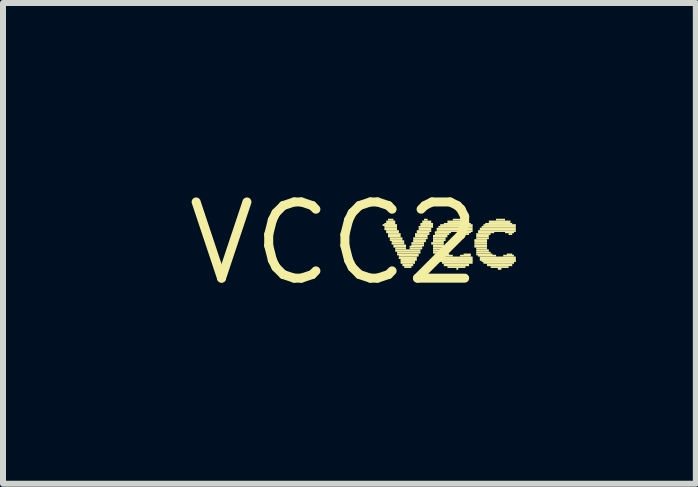
<source format=kicad_pcb>
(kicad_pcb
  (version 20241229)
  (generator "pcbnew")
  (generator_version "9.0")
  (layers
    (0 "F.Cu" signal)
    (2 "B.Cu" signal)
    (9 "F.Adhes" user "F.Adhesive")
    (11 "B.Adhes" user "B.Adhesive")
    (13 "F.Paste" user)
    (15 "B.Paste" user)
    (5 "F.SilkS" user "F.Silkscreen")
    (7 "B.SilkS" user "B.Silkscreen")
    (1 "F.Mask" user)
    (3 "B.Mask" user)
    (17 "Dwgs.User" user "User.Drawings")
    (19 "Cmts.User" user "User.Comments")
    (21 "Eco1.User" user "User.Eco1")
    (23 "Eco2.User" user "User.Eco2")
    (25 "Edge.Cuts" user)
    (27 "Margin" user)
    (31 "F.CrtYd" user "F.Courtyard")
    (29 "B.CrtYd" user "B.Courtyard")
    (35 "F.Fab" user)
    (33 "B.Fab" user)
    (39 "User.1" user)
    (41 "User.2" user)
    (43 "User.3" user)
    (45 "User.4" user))
  (footprint "VCC2"
    (layer "F.Cu")
    (at 2.517 1.006)
    (property "Reference" "VCC2" (at 0 0 0) (layer "F.SilkS") (effects (font (size 1.27 1.27) (thickness 0.15))))
    (fp_poly (pts (xy 0.81 -0.29) (xy 1.05 -0.29) (xy 1.05 -0.32) (xy 0.81 -0.32)) (stroke (width 0) (type default)) (fill yes) (layer "F.SilkS"))
    (fp_poly (pts (xy 0.84 -0.31) (xy 1.02 -0.31) (xy 1.02 -0.34) (xy 0.84 -0.34)) (stroke (width 0) (type default)) (fill yes) (layer "F.SilkS"))
    (fp_poly (pts (xy 0.84 -0.26) (xy 1.05 -0.26) (xy 1.05 -0.29) (xy 0.84 -0.29)) (stroke (width 0) (type default)) (fill yes) (layer "F.SilkS"))
    (fp_poly (pts (xy 0.84 -0.22) (xy 1.05 -0.22) (xy 1.05 -0.26) (xy 0.84 -0.26)) (stroke (width 0) (type default)) (fill yes) (layer "F.SilkS"))
    (fp_poly (pts (xy 0.87 -0.34) (xy 1.02 -0.34) (xy 1.02 -0.38) (xy 0.87 -0.38)) (stroke (width 0) (type default)) (fill yes) (layer "F.SilkS"))
    (fp_poly (pts (xy 0.87 -0.19) (xy 1.08 -0.19) (xy 1.08 -0.22) (xy 0.87 -0.22)) (stroke (width 0) (type default)) (fill yes) (layer "F.SilkS"))
    (fp_poly (pts (xy 0.87 -0.17) (xy 1.08 -0.17) (xy 1.08 -0.2) (xy 0.87 -0.2)) (stroke (width 0) (type default)) (fill yes) (layer "F.SilkS"))
    (fp_poly (pts (xy 0.9 -0.38) (xy 0.99 -0.38) (xy 0.99 -0.41) (xy 0.9 -0.41)) (stroke (width 0) (type default)) (fill yes) (layer "F.SilkS"))
    (fp_poly (pts (xy 0.9 -0.14) (xy 1.11 -0.14) (xy 1.11 -0.17) (xy 0.9 -0.17)) (stroke (width 0) (type default)) (fill yes) (layer "F.SilkS"))
    (fp_poly (pts (xy 0.9 -0.1) (xy 1.11 -0.1) (xy 1.11 -0.14) (xy 0.9 -0.14)) (stroke (width 0) (type default)) (fill yes) (layer "F.SilkS"))
    (fp_poly (pts (xy 0.93 -0.07) (xy 1.14 -0.07) (xy 1.14 -0.1) (xy 0.93 -0.1)) (stroke (width 0) (type default)) (fill yes) (layer "F.SilkS"))
    (fp_poly (pts (xy 0.93 -0.04) (xy 1.14 -0.04) (xy 1.14 -0.07) (xy 0.93 -0.07)) (stroke (width 0) (type default)) (fill yes) (layer "F.SilkS"))
    (fp_poly (pts (xy 0.96 -0.02) (xy 1.17 -0.02) (xy 1.17 -0.05) (xy 0.96 -0.05)) (stroke (width 0) (type default)) (fill yes) (layer "F.SilkS"))
    (fp_poly (pts (xy 0.96 0.02) (xy 1.17 0.02) (xy 1.17 -0.02) (xy 0.96 -0.02)) (stroke (width 0) (type default)) (fill yes) (layer "F.SilkS"))
    (fp_poly (pts (xy 0.99 0.05) (xy 1.2 0.05) (xy 1.2 0.02) (xy 0.99 0.02)) (stroke (width 0) (type default)) (fill yes) (layer "F.SilkS"))
    (fp_poly (pts (xy 0.99 0.07) (xy 1.2 0.07) (xy 1.2 0.04) (xy 0.99 0.04)) (stroke (width 0) (type default)) (fill yes) (layer "F.SilkS"))
    (fp_poly (pts (xy 1.02 0.1) (xy 1.2 0.1) (xy 1.2 0.07) (xy 1.02 0.07)) (stroke (width 0) (type default)) (fill yes) (layer "F.SilkS"))
    (fp_poly (pts (xy 1.02 0.14) (xy 1.44 0.14) (xy 1.44 0.1) (xy 1.02 0.1)) (stroke (width 0) (type default)) (fill yes) (layer "F.SilkS"))
    (fp_poly (pts (xy 1.05 0.17) (xy 1.44 0.17) (xy 1.44 0.14) (xy 1.05 0.14)) (stroke (width 0) (type default)) (fill yes) (layer "F.SilkS"))
    (fp_poly (pts (xy 1.05 0.2) (xy 1.41 0.2) (xy 1.41 0.17) (xy 1.05 0.17)) (stroke (width 0) (type default)) (fill yes) (layer "F.SilkS"))
    (fp_poly (pts (xy 1.08 0.22) (xy 1.41 0.22) (xy 1.41 0.19) (xy 1.08 0.19)) (stroke (width 0) (type default)) (fill yes) (layer "F.SilkS"))
    (fp_poly (pts (xy 1.08 0.26) (xy 1.38 0.26) (xy 1.38 0.22) (xy 1.08 0.22)) (stroke (width 0) (type default)) (fill yes) (layer "F.SilkS"))
    (fp_poly (pts (xy 1.11 0.29) (xy 1.38 0.29) (xy 1.38 0.26) (xy 1.11 0.26)) (stroke (width 0) (type default)) (fill yes) (layer "F.SilkS"))
    (fp_poly (pts (xy 1.11 0.31) (xy 1.35 0.31) (xy 1.35 0.28) (xy 1.11 0.28)) (stroke (width 0) (type default)) (fill yes) (layer "F.SilkS"))
    (fp_poly (pts (xy 1.11 0.34) (xy 1.35 0.34) (xy 1.35 0.31) (xy 1.11 0.31)) (stroke (width 0) (type default)) (fill yes) (layer "F.SilkS"))
    (fp_poly (pts (xy 1.14 0.38) (xy 1.32 0.38) (xy 1.32 0.34) (xy 1.14 0.34)) (stroke (width 0) (type default)) (fill yes) (layer "F.SilkS"))
    (fp_poly (pts (xy 1.17 0.41) (xy 1.29 0.41) (xy 1.29 0.38) (xy 1.17 0.38)) (stroke (width 0) (type default)) (fill yes) (layer "F.SilkS"))
    (fp_poly (pts (xy 1.26 0.07) (xy 1.47 0.07) (xy 1.47 0.04) (xy 1.26 0.04)) (stroke (width 0) (type default)) (fill yes) (layer "F.SilkS"))
    (fp_poly (pts (xy 1.26 0.1) (xy 1.47 0.1) (xy 1.47 0.07) (xy 1.26 0.07)) (stroke (width 0) (type default)) (fill yes) (layer "F.SilkS"))
    (fp_poly (pts (xy 1.29 0.02) (xy 1.5 0.02) (xy 1.5 -0.02) (xy 1.29 -0.02)) (stroke (width 0) (type default)) (fill yes) (layer "F.SilkS"))
    (fp_poly (pts (xy 1.29 0.05) (xy 1.5 0.05) (xy 1.5 0.02) (xy 1.29 0.02)) (stroke (width 0) (type default)) (fill yes) (layer "F.SilkS"))
    (fp_poly (pts (xy 1.32 -0.07) (xy 1.56 -0.07) (xy 1.56 -0.1) (xy 1.32 -0.1)) (stroke (width 0) (type default)) (fill yes) (layer "F.SilkS"))
    (fp_poly (pts (xy 1.32 -0.04) (xy 1.53 -0.04) (xy 1.53 -0.07) (xy 1.32 -0.07)) (stroke (width 0) (type default)) (fill yes) (layer "F.SilkS"))
    (fp_poly (pts (xy 1.32 -0.02) (xy 1.53 -0.02) (xy 1.53 -0.05) (xy 1.32 -0.05)) (stroke (width 0) (type default)) (fill yes) (layer "F.SilkS"))
    (fp_poly (pts (xy 1.35 -0.14) (xy 1.59 -0.14) (xy 1.59 -0.17) (xy 1.35 -0.17)) (stroke (width 0) (type default)) (fill yes) (layer "F.SilkS"))
    (fp_poly (pts (xy 1.35 -0.1) (xy 1.56 -0.1) (xy 1.56 -0.14) (xy 1.35 -0.14)) (stroke (width 0) (type default)) (fill yes) (layer "F.SilkS"))
    (fp_poly (pts (xy 1.38 -0.19) (xy 1.62 -0.19) (xy 1.62 -0.22) (xy 1.38 -0.22)) (stroke (width 0) (type default)) (fill yes) (layer "F.SilkS"))
    (fp_poly (pts (xy 1.38 -0.17) (xy 1.59 -0.17) (xy 1.59 -0.2) (xy 1.38 -0.2)) (stroke (width 0) (type default)) (fill yes) (layer "F.SilkS"))
    (fp_poly (pts (xy 1.41 -0.26) (xy 1.65 -0.26) (xy 1.65 -0.29) (xy 1.41 -0.29)) (stroke (width 0) (type default)) (fill yes) (layer "F.SilkS"))
    (fp_poly (pts (xy 1.41 -0.22) (xy 1.62 -0.22) (xy 1.62 -0.26) (xy 1.41 -0.26)) (stroke (width 0) (type default)) (fill yes) (layer "F.SilkS"))
    (fp_poly (pts (xy 1.44 -0.31) (xy 1.65 -0.31) (xy 1.65 -0.34) (xy 1.44 -0.34)) (stroke (width 0) (type default)) (fill yes) (layer "F.SilkS"))
    (fp_poly (pts (xy 1.44 -0.29) (xy 1.65 -0.29) (xy 1.65 -0.32) (xy 1.44 -0.32)) (stroke (width 0) (type default)) (fill yes) (layer "F.SilkS"))
    (fp_poly (pts (xy 1.47 -0.34) (xy 1.62 -0.34) (xy 1.62 -0.38) (xy 1.47 -0.38)) (stroke (width 0) (type default)) (fill yes) (layer "F.SilkS"))
    (fp_poly (pts (xy 1.5 -0.38) (xy 1.56 -0.38) (xy 1.56 -0.41) (xy 1.5 -0.41)) (stroke (width 0) (type default)) (fill yes) (layer "F.SilkS"))
    (fp_poly (pts (xy 1.62 0.02) (xy 1.83 0.02) (xy 1.83 -0.02) (xy 1.62 -0.02)) (stroke (width 0) (type default)) (fill yes) (layer "F.SilkS"))
    (fp_poly (pts (xy 1.65 -0.1) (xy 1.89 -0.1) (xy 1.89 -0.14) (xy 1.65 -0.14)) (stroke (width 0) (type default)) (fill yes) (layer "F.SilkS"))
    (fp_poly (pts (xy 1.65 -0.07) (xy 1.86 -0.07) (xy 1.86 -0.1) (xy 1.65 -0.1)) (stroke (width 0) (type default)) (fill yes) (layer "F.SilkS"))
    (fp_poly (pts (xy 1.65 -0.04) (xy 1.86 -0.04) (xy 1.86 -0.07) (xy 1.65 -0.07)) (stroke (width 0) (type default)) (fill yes) (layer "F.SilkS"))
    (fp_poly (pts (xy 1.65 -0.02) (xy 1.83 -0.02) (xy 1.83 -0.05) (xy 1.65 -0.05)) (stroke (width 0) (type default)) (fill yes) (layer "F.SilkS"))
    (fp_poly (pts (xy 1.65 0.05) (xy 1.83 0.05) (xy 1.83 0.02) (xy 1.65 0.02)) (stroke (width 0) (type default)) (fill yes) (layer "F.SilkS"))
    (fp_poly (pts (xy 1.65 0.07) (xy 1.83 0.07) (xy 1.83 0.04) (xy 1.65 0.04)) (stroke (width 0) (type default)) (fill yes) (layer "F.SilkS"))
    (fp_poly (pts (xy 1.65 0.1) (xy 1.86 0.1) (xy 1.86 0.07) (xy 1.65 0.07)) (stroke (width 0) (type default)) (fill yes) (layer "F.SilkS"))
    (fp_poly (pts (xy 1.65 0.14) (xy 1.86 0.14) (xy 1.86 0.1) (xy 1.65 0.1)) (stroke (width 0) (type default)) (fill yes) (layer "F.SilkS"))
    (fp_poly (pts (xy 1.65 0.17) (xy 1.89 0.17) (xy 1.89 0.14) (xy 1.65 0.14)) (stroke (width 0) (type default)) (fill yes) (layer "F.SilkS"))
    (fp_poly (pts (xy 1.68 -0.17) (xy 1.95 -0.17) (xy 1.95 -0.2) (xy 1.68 -0.2)) (stroke (width 0) (type default)) (fill yes) (layer "F.SilkS"))
    (fp_poly (pts (xy 1.68 -0.14) (xy 1.92 -0.14) (xy 1.92 -0.17) (xy 1.68 -0.17)) (stroke (width 0) (type default)) (fill yes) (layer "F.SilkS"))
    (fp_poly (pts (xy 1.68 0.2) (xy 1.92 0.2) (xy 1.92 0.17) (xy 1.68 0.17)) (stroke (width 0) (type default)) (fill yes) (layer "F.SilkS"))
    (fp_poly (pts (xy 1.68 0.22) (xy 1.98 0.22) (xy 1.98 0.19) (xy 1.68 0.19)) (stroke (width 0) (type default)) (fill yes) (layer "F.SilkS"))
    (fp_poly (pts (xy 1.71 -0.22) (xy 2.31 -0.22) (xy 2.31 -0.26) (xy 1.71 -0.26)) (stroke (width 0) (type default)) (fill yes) (layer "F.SilkS"))
    (fp_poly (pts (xy 1.71 -0.19) (xy 2.31 -0.19) (xy 2.31 -0.22) (xy 1.71 -0.22)) (stroke (width 0) (type default)) (fill yes) (layer "F.SilkS"))
    (fp_poly (pts (xy 1.71 0.26) (xy 2.31 0.26) (xy 2.31 0.22) (xy 1.71 0.22)) (stroke (width 0) (type default)) (fill yes) (layer "F.SilkS"))
    (fp_poly (pts (xy 1.74 -0.26) (xy 2.31 -0.26) (xy 2.31 -0.29) (xy 1.74 -0.29)) (stroke (width 0) (type default)) (fill yes) (layer "F.SilkS"))
    (fp_poly (pts (xy 1.74 0.29) (xy 2.31 0.29) (xy 2.31 0.26) (xy 1.74 0.26)) (stroke (width 0) (type default)) (fill yes) (layer "F.SilkS"))
    (fp_poly (pts (xy 1.77 -0.29) (xy 2.31 -0.29) (xy 2.31 -0.32) (xy 1.77 -0.32)) (stroke (width 0) (type default)) (fill yes) (layer "F.SilkS"))
    (fp_poly (pts (xy 1.77 0.31) (xy 2.31 0.31) (xy 2.31 0.28) (xy 1.77 0.28)) (stroke (width 0) (type default)) (fill yes) (layer "F.SilkS"))
    (fp_poly (pts (xy 1.8 0.34) (xy 2.31 0.34) (xy 2.31 0.31) (xy 1.8 0.31)) (stroke (width 0) (type default)) (fill yes) (layer "F.SilkS"))
    (fp_poly (pts (xy 1.83 -0.31) (xy 2.28 -0.31) (xy 2.28 -0.34) (xy 1.83 -0.34)) (stroke (width 0) (type default)) (fill yes) (layer "F.SilkS"))
    (fp_poly (pts (xy 1.83 0.38) (xy 2.25 0.38) (xy 2.25 0.34) (xy 1.83 0.34)) (stroke (width 0) (type default)) (fill yes) (layer "F.SilkS"))
    (fp_poly (pts (xy 1.89 -0.34) (xy 2.22 -0.34) (xy 2.22 -0.38) (xy 1.89 -0.38)) (stroke (width 0) (type default)) (fill yes) (layer "F.SilkS"))
    (fp_poly (pts (xy 1.89 0.41) (xy 2.19 0.41) (xy 2.19 0.38) (xy 1.89 0.38)) (stroke (width 0) (type default)) (fill yes) (layer "F.SilkS"))
    (fp_poly (pts (xy 1.98 -0.38) (xy 2.13 -0.38) (xy 2.13 -0.41) (xy 1.98 -0.41)) (stroke (width 0) (type default)) (fill yes) (layer "F.SilkS"))
    (fp_poly (pts (xy 2.04 0.44) (xy 2.07 0.44) (xy 2.07 0.41) (xy 2.04 0.41)) (stroke (width 0) (type default)) (fill yes) (layer "F.SilkS"))
    (fp_poly (pts (xy 2.1 0.22) (xy 2.28 0.22) (xy 2.28 0.19) (xy 2.1 0.19)) (stroke (width 0) (type default)) (fill yes) (layer "F.SilkS"))
    (fp_poly (pts (xy 2.13 -0.17) (xy 2.28 -0.17) (xy 2.28 -0.2) (xy 2.13 -0.2)) (stroke (width 0) (type default)) (fill yes) (layer "F.SilkS"))
    (fp_poly (pts (xy 2.16 0.2) (xy 2.28 0.2) (xy 2.28 0.17) (xy 2.16 0.17)) (stroke (width 0) (type default)) (fill yes) (layer "F.SilkS"))
    (fp_poly (pts (xy 2.19 -0.14) (xy 2.25 -0.14) (xy 2.25 -0.17) (xy 2.19 -0.17)) (stroke (width 0) (type default)) (fill yes) (layer "F.SilkS"))
    (fp_poly (pts (xy 2.34 -0.04) (xy 2.55 -0.04) (xy 2.55 -0.07) (xy 2.34 -0.07)) (stroke (width 0) (type default)) (fill yes) (layer "F.SilkS"))
    (fp_poly (pts (xy 2.34 -0.02) (xy 2.55 -0.02) (xy 2.55 -0.05) (xy 2.34 -0.05)) (stroke (width 0) (type default)) (fill yes) (layer "F.SilkS"))
    (fp_poly (pts (xy 2.34 0.02) (xy 2.55 0.02) (xy 2.55 -0.02) (xy 2.34 -0.02)) (stroke (width 0) (type default)) (fill yes) (layer "F.SilkS"))
    (fp_poly (pts (xy 2.34 0.05) (xy 2.55 0.05) (xy 2.55 0.02) (xy 2.34 0.02)) (stroke (width 0) (type default)) (fill yes) (layer "F.SilkS"))
    (fp_poly (pts (xy 2.34 0.07) (xy 2.55 0.07) (xy 2.55 0.04) (xy 2.34 0.04)) (stroke (width 0) (type default)) (fill yes) (layer "F.SilkS"))
    (fp_poly (pts (xy 2.37 -0.14) (xy 2.61 -0.14) (xy 2.61 -0.17) (xy 2.37 -0.17)) (stroke (width 0) (type default)) (fill yes) (layer "F.SilkS"))
    (fp_poly (pts (xy 2.37 -0.1) (xy 2.58 -0.1) (xy 2.58 -0.14) (xy 2.37 -0.14)) (stroke (width 0) (type default)) (fill yes) (layer "F.SilkS"))
    (fp_poly (pts (xy 2.37 -0.07) (xy 2.58 -0.07) (xy 2.58 -0.1) (xy 2.37 -0.1)) (stroke (width 0) (type default)) (fill yes) (layer "F.SilkS"))
    (fp_poly (pts (xy 2.37 0.1) (xy 2.55 0.1) (xy 2.55 0.07) (xy 2.37 0.07)) (stroke (width 0) (type default)) (fill yes) (layer "F.SilkS"))
    (fp_poly (pts (xy 2.37 0.14) (xy 2.58 0.14) (xy 2.58 0.1) (xy 2.37 0.1)) (stroke (width 0) (type default)) (fill yes) (layer "F.SilkS"))
    (fp_poly (pts (xy 2.37 0.17) (xy 2.61 0.17) (xy 2.61 0.14) (xy 2.37 0.14)) (stroke (width 0) (type default)) (fill yes) (layer "F.SilkS"))
    (fp_poly (pts (xy 2.37 0.2) (xy 2.64 0.2) (xy 2.64 0.17) (xy 2.37 0.17)) (stroke (width 0) (type default)) (fill yes) (layer "F.SilkS"))
    (fp_poly (pts (xy 2.4 -0.19) (xy 3.03 -0.19) (xy 3.03 -0.22) (xy 2.4 -0.22)) (stroke (width 0) (type default)) (fill yes) (layer "F.SilkS"))
    (fp_poly (pts (xy 2.4 -0.17) (xy 2.67 -0.17) (xy 2.67 -0.2) (xy 2.4 -0.2)) (stroke (width 0) (type default)) (fill yes) (layer "F.SilkS"))
    (fp_poly (pts (xy 2.4 0.22) (xy 2.7 0.22) (xy 2.7 0.19) (xy 2.4 0.19)) (stroke (width 0) (type default)) (fill yes) (layer "F.SilkS"))
    (fp_poly (pts (xy 2.43 -0.22) (xy 3.03 -0.22) (xy 3.03 -0.26) (xy 2.43 -0.26)) (stroke (width 0) (type default)) (fill yes) (layer "F.SilkS"))
    (fp_poly (pts (xy 2.43 0.26) (xy 3.03 0.26) (xy 3.03 0.22) (xy 2.43 0.22)) (stroke (width 0) (type default)) (fill yes) (layer "F.SilkS"))
    (fp_poly (pts (xy 2.43 0.29) (xy 3.03 0.29) (xy 3.03 0.26) (xy 2.43 0.26)) (stroke (width 0) (type default)) (fill yes) (layer "F.SilkS"))
    (fp_poly (pts (xy 2.46 -0.26) (xy 3.03 -0.26) (xy 3.03 -0.29) (xy 2.46 -0.29)) (stroke (width 0) (type default)) (fill yes) (layer "F.SilkS"))
    (fp_poly (pts (xy 2.46 0.31) (xy 3.03 0.31) (xy 3.03 0.28) (xy 2.46 0.28)) (stroke (width 0) (type default)) (fill yes) (layer "F.SilkS"))
    (fp_poly (pts (xy 2.49 -0.29) (xy 3.03 -0.29) (xy 3.03 -0.32) (xy 2.49 -0.32)) (stroke (width 0) (type default)) (fill yes) (layer "F.SilkS"))
    (fp_poly (pts (xy 2.49 0.34) (xy 3 0.34) (xy 3 0.31) (xy 2.49 0.31)) (stroke (width 0) (type default)) (fill yes) (layer "F.SilkS"))
    (fp_poly (pts (xy 2.52 -0.31) (xy 2.97 -0.31) (xy 2.97 -0.34) (xy 2.52 -0.34)) (stroke (width 0) (type default)) (fill yes) (layer "F.SilkS"))
    (fp_poly (pts (xy 2.55 0.38) (xy 2.97 0.38) (xy 2.97 0.34) (xy 2.55 0.34)) (stroke (width 0) (type default)) (fill yes) (layer "F.SilkS"))
    (fp_poly (pts (xy 2.58 -0.34) (xy 2.94 -0.34) (xy 2.94 -0.38) (xy 2.58 -0.38)) (stroke (width 0) (type default)) (fill yes) (layer "F.SilkS"))
    (fp_poly (pts (xy 2.61 0.41) (xy 2.91 0.41) (xy 2.91 0.38) (xy 2.61 0.38)) (stroke (width 0) (type default)) (fill yes) (layer "F.SilkS"))
    (fp_poly (pts (xy 2.7 -0.38) (xy 2.85 -0.38) (xy 2.85 -0.41) (xy 2.7 -0.41)) (stroke (width 0) (type default)) (fill yes) (layer "F.SilkS"))
    (fp_poly (pts (xy 2.73 0.44) (xy 2.79 0.44) (xy 2.79 0.41) (xy 2.73 0.41)) (stroke (width 0) (type default)) (fill yes) (layer "F.SilkS"))
    (fp_poly (pts (xy 2.82 0.22) (xy 3 0.22) (xy 3 0.19) (xy 2.82 0.19)) (stroke (width 0) (type default)) (fill yes) (layer "F.SilkS"))
    (fp_poly (pts (xy 2.85 -0.17) (xy 3 -0.17) (xy 3 -0.2) (xy 2.85 -0.2)) (stroke (width 0) (type default)) (fill yes) (layer "F.SilkS"))
    (fp_poly (pts (xy 2.88 0.2) (xy 2.97 0.2) (xy 2.97 0.17) (xy 2.88 0.17)) (stroke (width 0) (type default)) (fill yes) (layer "F.SilkS"))
    (fp_poly (pts (xy 2.91 -0.14) (xy 2.97 -0.14) (xy 2.97 -0.17) (xy 2.91 -0.17)) (stroke (width 0) (type default)) (fill yes) (layer "F.SilkS")))
  (gr_rect
    (start -3 -3)
    (end 8.547 5.012)
    (stroke (width 0.1) (type default))
    (fill no)
    (layer "Edge.Cuts")))
</source>
